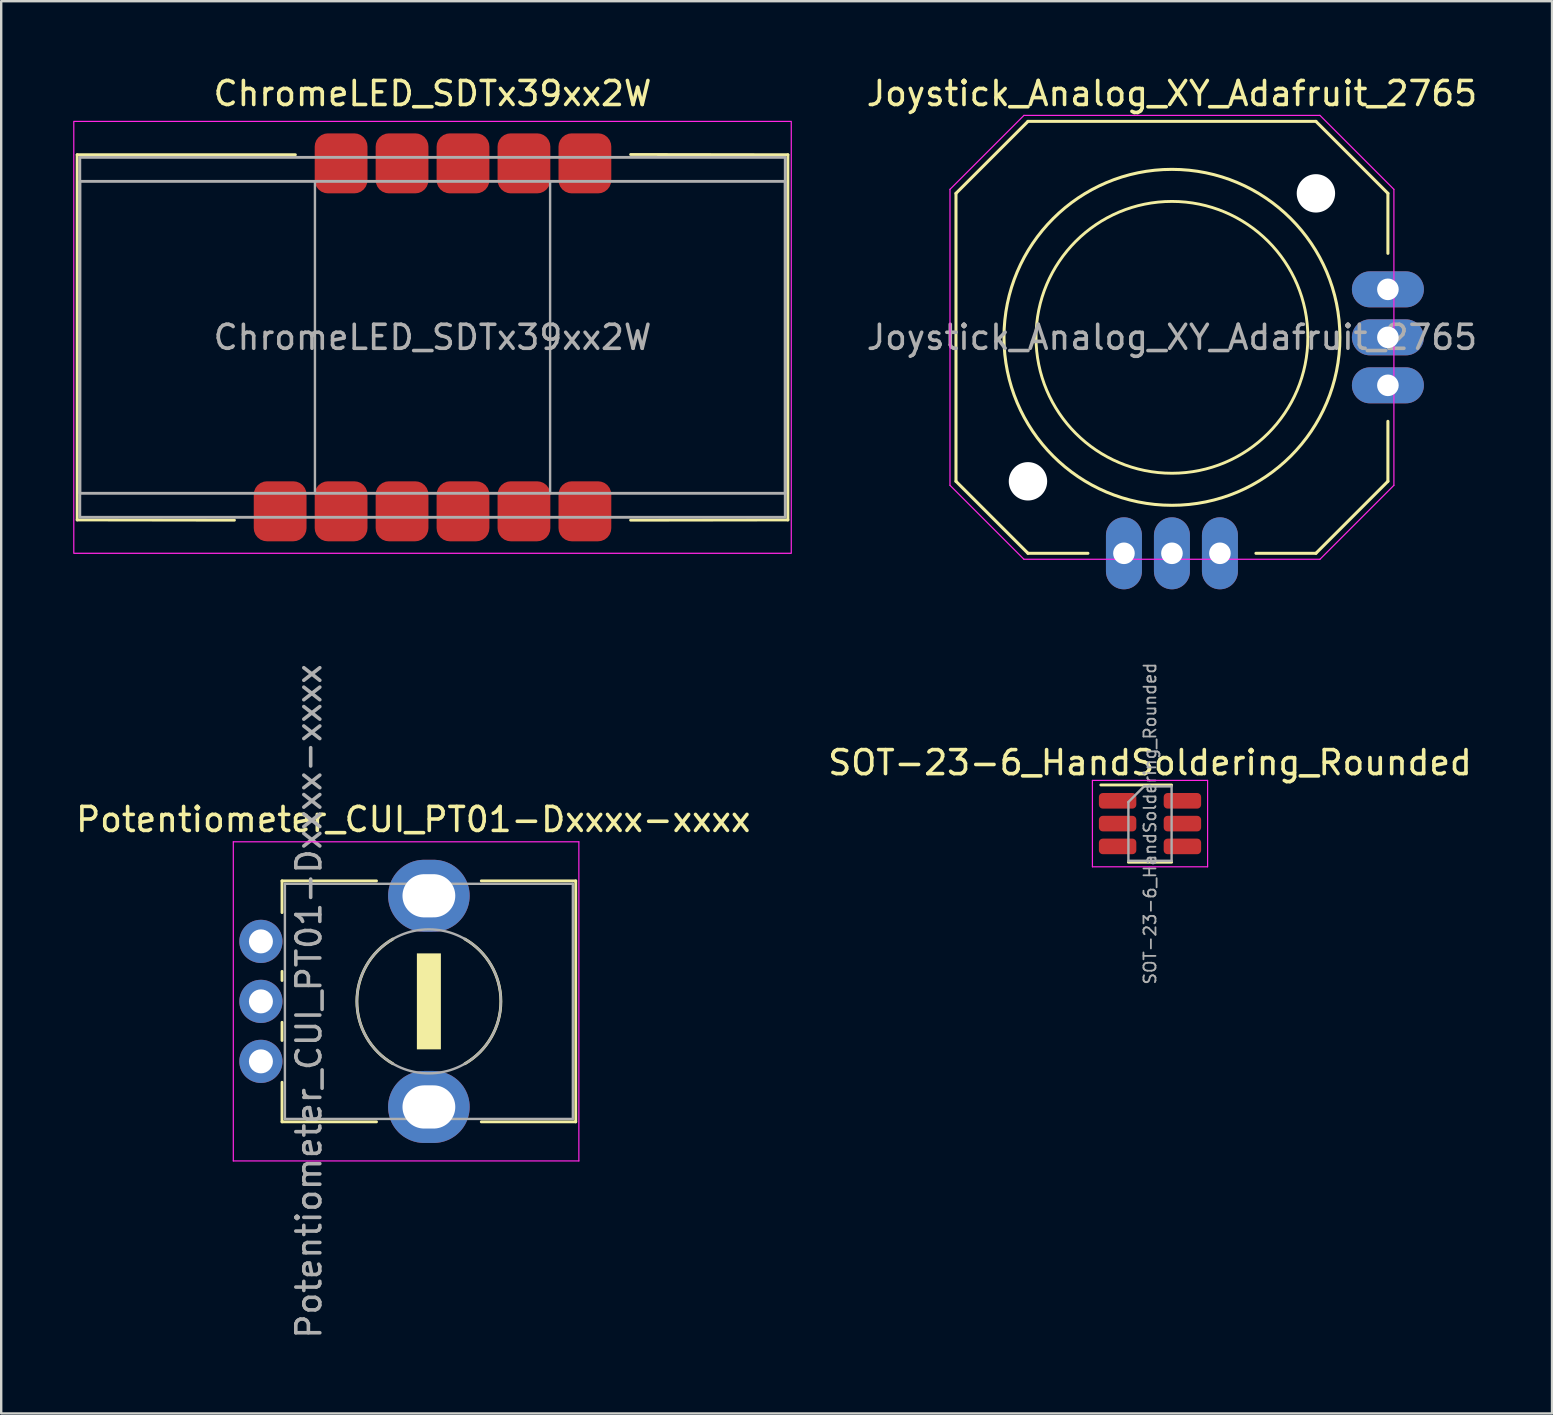
<source format=kicad_pcb>
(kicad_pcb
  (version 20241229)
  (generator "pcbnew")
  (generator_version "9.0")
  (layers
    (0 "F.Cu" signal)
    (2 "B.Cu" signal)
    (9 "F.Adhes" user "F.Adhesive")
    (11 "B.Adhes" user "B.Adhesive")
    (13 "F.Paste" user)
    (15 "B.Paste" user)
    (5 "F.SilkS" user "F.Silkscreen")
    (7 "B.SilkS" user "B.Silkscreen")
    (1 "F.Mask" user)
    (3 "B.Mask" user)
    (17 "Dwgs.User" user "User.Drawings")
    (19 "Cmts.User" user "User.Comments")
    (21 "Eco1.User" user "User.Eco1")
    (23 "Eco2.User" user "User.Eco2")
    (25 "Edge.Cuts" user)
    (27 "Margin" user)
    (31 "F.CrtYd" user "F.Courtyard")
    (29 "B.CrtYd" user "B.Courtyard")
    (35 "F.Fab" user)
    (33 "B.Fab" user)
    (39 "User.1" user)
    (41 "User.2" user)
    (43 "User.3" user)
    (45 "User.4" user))
  (footprint "SOT-23-6_HandSoldering_Rounded"
    (layer "F.Cu")
    (at 44.875 31.273)
    (property "Reference" "SOT-23-6_HandSoldering_Rounded" (at 0 -2.54 0) (unlocked yes) (layer "F.SilkS") (effects (font (size 1 1) (thickness 0.15))))
    (attr smd)
    (fp_line (start -0.9 1.61) (end 0.9 1.61) (stroke (width 0.12) (type solid)) (layer "F.SilkS"))
    (fp_line (start 0.9 -1.61) (end -2.05 -1.61) (stroke (width 0.12) (type solid)) (layer "F.SilkS"))
    (fp_line (start -2.4 -1.8) (end 2.4 -1.8) (stroke (width 0.05) (type solid)) (layer "F.CrtYd"))
    (fp_line (start -2.4 1.8) (end -2.4 -1.8) (stroke (width 0.05) (type solid)) (layer "F.CrtYd"))
    (fp_line (start 2.4 -1.8) (end 2.4 1.8) (stroke (width 0.05) (type solid)) (layer "F.CrtYd"))
    (fp_line (start 2.4 1.8) (end -2.4 1.8) (stroke (width 0.05) (type solid)) (layer "F.CrtYd"))
    (fp_line (start -0.9 -0.9) (end -0.9 1.55) (stroke (width 0.1) (type solid)) (layer "F.Fab"))
    (fp_line (start -0.9 -0.9) (end -0.25 -1.55) (stroke (width 0.1) (type solid)) (layer "F.Fab"))
    (fp_line (start 0.9 -1.55) (end -0.25 -1.55) (stroke (width 0.1) (type solid)) (layer "F.Fab"))
    (fp_line (start 0.9 -1.55) (end 0.9 1.55) (stroke (width 0.1) (type solid)) (layer "F.Fab"))
    (fp_line (start 0.9 1.55) (end -0.9 1.55) (stroke (width 0.1) (type solid)) (layer "F.Fab"))
    (fp_text user "${REFERENCE}" (at 0 0 90) (layer "F.Fab") (effects (font (size 0.5 0.5) (thickness 0.075))))
    (pad "1" smd roundrect (at -1.35 -0.95) (size 1.56 0.65) (layers "F.Cu" "F.Mask" "F.Paste") (roundrect_rratio 0.25))
    (pad "2" smd roundrect (at -1.35 0) (size 1.56 0.65) (layers "F.Cu" "F.Mask" "F.Paste") (roundrect_rratio 0.25))
    (pad "3" smd roundrect (at -1.35 0.95) (size 1.56 0.65) (layers "F.Cu" "F.Mask" "F.Paste") (roundrect_rratio 0.25))
    (pad "4" smd roundrect (at 1.35 0.95) (size 1.56 0.65) (layers "F.Cu" "F.Mask" "F.Paste") (roundrect_rratio 0.25))
    (pad "5" smd roundrect (at 1.35 0) (size 1.56 0.65) (layers "F.Cu" "F.Mask" "F.Paste") (roundrect_rratio 0.25))
    (pad "6" smd roundrect (at 1.35 -0.95) (size 1.56 0.65) (layers "F.Cu" "F.Mask" "F.Paste") (roundrect_rratio 0.25)))
  (footprint "Joystick_Analog_XY_Adafruit_2765"
    (layer "F.Cu")
    (at 45.789 11.008)
    (property "Reference" "Joystick_Analog_XY_Adafruit_2765" (at 0 -10.16 0) (unlocked yes) (layer "F.SilkS") (effects (font (size 1 1) (thickness 0.15))))
    (attr through_hole)
    (fp_line (start -9 -6) (end -6 -9) (stroke (width 0.127) (type solid)) (layer "F.SilkS"))
    (fp_line (start -9 6) (end -9 -6) (stroke (width 0.127) (type solid)) (layer "F.SilkS"))
    (fp_line (start -6 -9) (end 6 -9) (stroke (width 0.127) (type solid)) (layer "F.SilkS"))
    (fp_line (start -6 9) (end -9 6) (stroke (width 0.127) (type solid)) (layer "F.SilkS"))
    (fp_line (start -3.5 9) (end -6 9) (stroke (width 0.127) (type solid)) (layer "F.SilkS"))
    (fp_line (start 6 -9) (end 9 -6) (stroke (width 0.127) (type solid)) (layer "F.SilkS"))
    (fp_line (start 6 9) (end 3.5 9) (stroke (width 0.127) (type solid)) (layer "F.SilkS"))
    (fp_line (start 9 -6) (end 9 -3.5) (stroke (width 0.127) (type solid)) (layer "F.SilkS"))
    (fp_line (start 9 3.5) (end 9 6) (stroke (width 0.127) (type solid)) (layer "F.SilkS"))
    (fp_line (start 9 6) (end 6 9) (stroke (width 0.127) (type solid)) (layer "F.SilkS"))
    (fp_circle (center 0 0) (end 0 5.664) (stroke (width 0.12) (type default)) (fill no) (layer "F.SilkS"))
    (fp_circle (center 0 0) (end 0 7) (stroke (width 0.127) (type solid)) (fill no) (layer "F.SilkS"))
    (fp_line (start -9.25 -6.167) (end -9.25 6.167) (stroke (width 0.05) (type default)) (layer "F.CrtYd"))
    (fp_line (start -9.25 -6.167) (end -6.167 -9.25) (stroke (width 0.05) (type default)) (layer "F.CrtYd"))
    (fp_line (start -6.167 -9.25) (end 6.167 -9.25) (stroke (width 0.05) (type default)) (layer "F.CrtYd"))
    (fp_line (start -6.167 9.25) (end -9.25 6.167) (stroke (width 0.05) (type default)) (layer "F.CrtYd"))
    (fp_line (start -6.167 9.25) (end 6.167 9.25) (stroke (width 0.05) (type default)) (layer "F.CrtYd"))
    (fp_line (start 6.167 -9.25) (end 9.25 -6.167) (stroke (width 0.05) (type default)) (layer "F.CrtYd"))
    (fp_line (start 9.25 -6.167) (end 9.25 6.167) (stroke (width 0.05) (type default)) (layer "F.CrtYd"))
    (fp_line (start 9.25 6.167) (end 6.167 9.25) (stroke (width 0.05) (type default)) (layer "F.CrtYd"))
    (fp_text user "${REFERENCE}" (at 0 0 0) (unlocked yes) (layer "F.Fab") (effects (font (size 1 1) (thickness 0.15))))
    (pad "" np_thru_hole circle (at -6 6 270) (size 1.6 1.6) (drill 1.6) (layers "*.Cu" "*.Mask"))
    (pad "" np_thru_hole circle (at 6 -6 270) (size 1.6 1.6) (drill 1.6) (layers "*.Cu" "*.Mask"))
    (pad "1" thru_hole oval (at 9 -2) (size 3 1.5) (drill 0.9) (layers "*.Cu" "*.Mask"))
    (pad "2" thru_hole oval (at 9 0) (size 3 1.5) (drill 0.9) (layers "*.Cu" "*.Mask"))
    (pad "3" thru_hole oval (at 9 2) (size 3 1.5) (drill 0.9) (layers "*.Cu" "*.Mask"))
    (pad "4" thru_hole oval (at -2 9 270) (size 3 1.5) (drill 0.9) (layers "*.Cu" "*.Mask"))
    (pad "5" thru_hole oval (at 0 9 270) (size 3 1.5) (drill 0.9) (layers "*.Cu" "*.Mask"))
    (pad "6" thru_hole oval (at 2 9 270) (size 3 1.5) (drill 0.9) (layers "*.Cu" "*.Mask")))
  (footprint "ChromeLED_SDTx39xx2W"
    (layer "F.Cu")
    (at 14.975 11.008)
    (property "Reference" "ChromeLED_SDTx39xx2W" (at 0 -10.16 0) (unlocked yes) (layer "F.SilkS") (effects (font (size 1 1) (thickness 0.15))))
    (attr smd)
    (fp_line (start -14.81 -7.61) (end -14.81 7.61) (stroke (width 0.12) (type default)) (layer "F.SilkS"))
    (fp_line (start -14.81 -7.61) (end -5.715 -7.61) (stroke (width 0.12) (type default)) (layer "F.SilkS"))
    (fp_line (start -14.81 7.61) (end -8.255 7.62) (stroke (width 0.12) (type default)) (layer "F.SilkS"))
    (fp_line (start 14.81 -7.61) (end 8.255 -7.62) (stroke (width 0.12) (type default)) (layer "F.SilkS"))
    (fp_line (start 14.81 -7.61) (end 14.81 7.61) (stroke (width 0.12) (type default)) (layer "F.SilkS"))
    (fp_line (start 14.81 7.61) (end 8.255 7.62) (stroke (width 0.12) (type default)) (layer "F.SilkS"))
    (fp_rect (start -14.95 -9) (end 14.95 9) (stroke (width 0.05) (type default)) (fill no) (layer "F.CrtYd"))
    (fp_line (start -4.9 -6.5) (end -4.9 6.5) (stroke (width 0.1) (type default)) (layer "F.Fab"))
    (fp_line (start 4.9 -6.5) (end 4.9 6.5) (stroke (width 0.1) (type default)) (layer "F.Fab"))
    (fp_rect (start -14.7 -7.5) (end 14.7 7.5) (stroke (width 0.12) (type default)) (fill no) (layer "F.Fab"))
    (fp_rect (start -14.7 -6.5) (end 14.7 6.5) (stroke (width 0.12) (type default)) (fill no) (layer "F.Fab"))
    (fp_text user "${REFERENCE}" (at 0 0 0) (unlocked yes) (layer "F.Fab") (effects (font (size 1 1) (thickness 0.15))))
    (pad "1" smd roundrect (at -6.35 7.25) (size 2.2 2.5) (layers "F.Cu" "F.Mask" "F.Paste") (roundrect_rratio 0.25))
    (pad "2" smd roundrect (at -3.81 7.25) (size 2.2 2.5) (layers "F.Cu" "F.Mask" "F.Paste") (roundrect_rratio 0.25))
    (pad "3" smd roundrect (at -1.27 7.25) (size 2.2 2.5) (layers "F.Cu" "F.Mask" "F.Paste") (roundrect_rratio 0.25))
    (pad "4" smd roundrect (at 1.27 7.25) (size 2.2 2.5) (layers "F.Cu" "F.Mask" "F.Paste") (roundrect_rratio 0.25))
    (pad "5" smd roundrect (at 3.81 7.25) (size 2.2 2.5) (layers "F.Cu" "F.Mask" "F.Paste") (roundrect_rratio 0.25))
    (pad "6" smd roundrect (at 6.35 7.25) (size 2.2 2.5) (layers "F.Cu" "F.Mask" "F.Paste") (roundrect_rratio 0.25))
    (pad "7" smd roundrect (at 6.35 -7.25) (size 2.2 2.5) (layers "F.Cu" "F.Mask" "F.Paste") (roundrect_rratio 0.25))
    (pad "8" smd roundrect (at 3.81 -7.25) (size 2.2 2.5) (layers "F.Cu" "F.Mask" "F.Paste") (roundrect_rratio 0.25))
    (pad "9" smd roundrect (at 1.27 -7.25) (size 2.2 2.5) (layers "F.Cu" "F.Mask" "F.Paste") (roundrect_rratio 0.25))
    (pad "10" smd roundrect (at -1.27 -7.25) (size 2.2 2.5) (layers "F.Cu" "F.Mask" "F.Paste") (roundrect_rratio 0.25))
    (pad "11" smd roundrect (at -3.81 -7.25) (size 2.2 2.5) (layers "F.Cu" "F.Mask" "F.Paste") (roundrect_rratio 0.25)))
  (footprint "Potentiometer_CUI_PT01-Dxxxx-xxxx"
    (layer "F.Cu")
    (at 7.823 36.181)
    (property "Reference" "Potentiometer_CUI_PT01-Dxxxx-xxxx" (at 6.35 -5.08 180) (layer "F.SilkS") (effects (font (size 1 1) (thickness 0.15))))
    (attr through_hole)
    (fp_line (start 0.88 -2.521) (end 0.88 -1.2) (stroke (width 0.12) (type solid)) (layer "F.SilkS"))
    (fp_line (start 0.88 -2.521) (end 4.817 -2.521) (stroke (width 0.12) (type solid)) (layer "F.SilkS"))
    (fp_line (start 0.88 1.25) (end 0.88 1.63) (stroke (width 0.12) (type solid)) (layer "F.SilkS"))
    (fp_line (start 0.88 3.371) (end 0.88 4.13) (stroke (width 0.12) (type solid)) (layer "F.SilkS"))
    (fp_line (start 0.88 5.87) (end 0.88 7.52) (stroke (width 0.12) (type solid)) (layer "F.SilkS"))
    (fp_line (start 0.88 7.52) (end 4.817 7.52) (stroke (width 0.12) (type solid)) (layer "F.SilkS"))
    (fp_line (start 9.184 -2.521) (end 13.12 -2.521) (stroke (width 0.12) (type solid)) (layer "F.SilkS"))
    (fp_line (start 9.184 7.52) (end 13.12 7.52) (stroke (width 0.12) (type solid)) (layer "F.SilkS"))
    (fp_line (start 13.12 -2.521) (end 13.12 7.52) (stroke (width 0.12) (type solid)) (layer "F.SilkS"))
    (fp_arc (start 5.5 5.098076) (mid 4 2.5) (end 5.5 -0.098076) (stroke (width 0.12) (type default)) (layer "F.SilkS"))
    (fp_arc (start 8.5 -0.098076) (mid 10 2.5) (end 8.5 5.098076) (stroke (width 0.12) (type default)) (layer "F.SilkS"))
    (fp_line (start -1.15 -4.15) (end -1.15 9.15) (stroke (width 0.05) (type solid)) (layer "F.CrtYd"))
    (fp_line (start -1.15 9.15) (end 13.25 9.15) (stroke (width 0.05) (type solid)) (layer "F.CrtYd"))
    (fp_line (start 13.25 -4.15) (end -1.15 -4.15) (stroke (width 0.05) (type solid)) (layer "F.CrtYd"))
    (fp_line (start 13.25 9.15) (end 13.25 -4.15) (stroke (width 0.05) (type solid)) (layer "F.CrtYd"))
    (fp_line (start 1 -2.4) (end 1 7.4) (stroke (width 0.1) (type solid)) (layer "F.Fab"))
    (fp_line (start 1 7.4) (end 13 7.4) (stroke (width 0.1) (type solid)) (layer "F.Fab"))
    (fp_line (start 13 -2.4) (end 1 -2.4) (stroke (width 0.1) (type solid)) (layer "F.Fab"))
    (fp_line (start 13 7.4) (end 13 -2.4) (stroke (width 0.1) (type solid)) (layer "F.Fab"))
    (fp_circle (center 7 2.5) (end 10 2.5) (stroke (width 0.1) (type solid)) (fill no) (layer "F.Fab"))
    (fp_text user "${REFERENCE}" (at 2 2.5 90) (layer "F.Fab") (effects (font (size 1 1) (thickness 0.15))))
    (pad "" smd rect (at 7 2.5) (size 1 4) (layers "F.SilkS"))
    (pad "1" thru_hole circle (at 0 0) (size 1.8 1.8) (drill 1) (layers "*.Cu" "*.Mask"))
    (pad "2" thru_hole circle (at 0 2.5) (size 1.8 1.8) (drill 1) (layers "*.Cu" "*.Mask"))
    (pad "3" thru_hole circle (at 0 5) (size 1.8 1.8) (drill 1) (layers "*.Cu" "*.Mask"))
    (pad "3" thru_hole oval (at 7 -1.9) (size 3.4 3) (drill oval 2.2 1.8) (layers "*.Cu" "*.Mask"))
    (pad "3" thru_hole oval (at 7 6.9) (size 3.4 3) (drill oval 2.2 1.8) (layers "*.Cu" "*.Mask")))
  (gr_rect
    (start -3 -3)
    (end 61.629 55.853)
    (stroke (width 0.1) (type default))
    (fill no)
    (layer "Edge.Cuts")))
</source>
